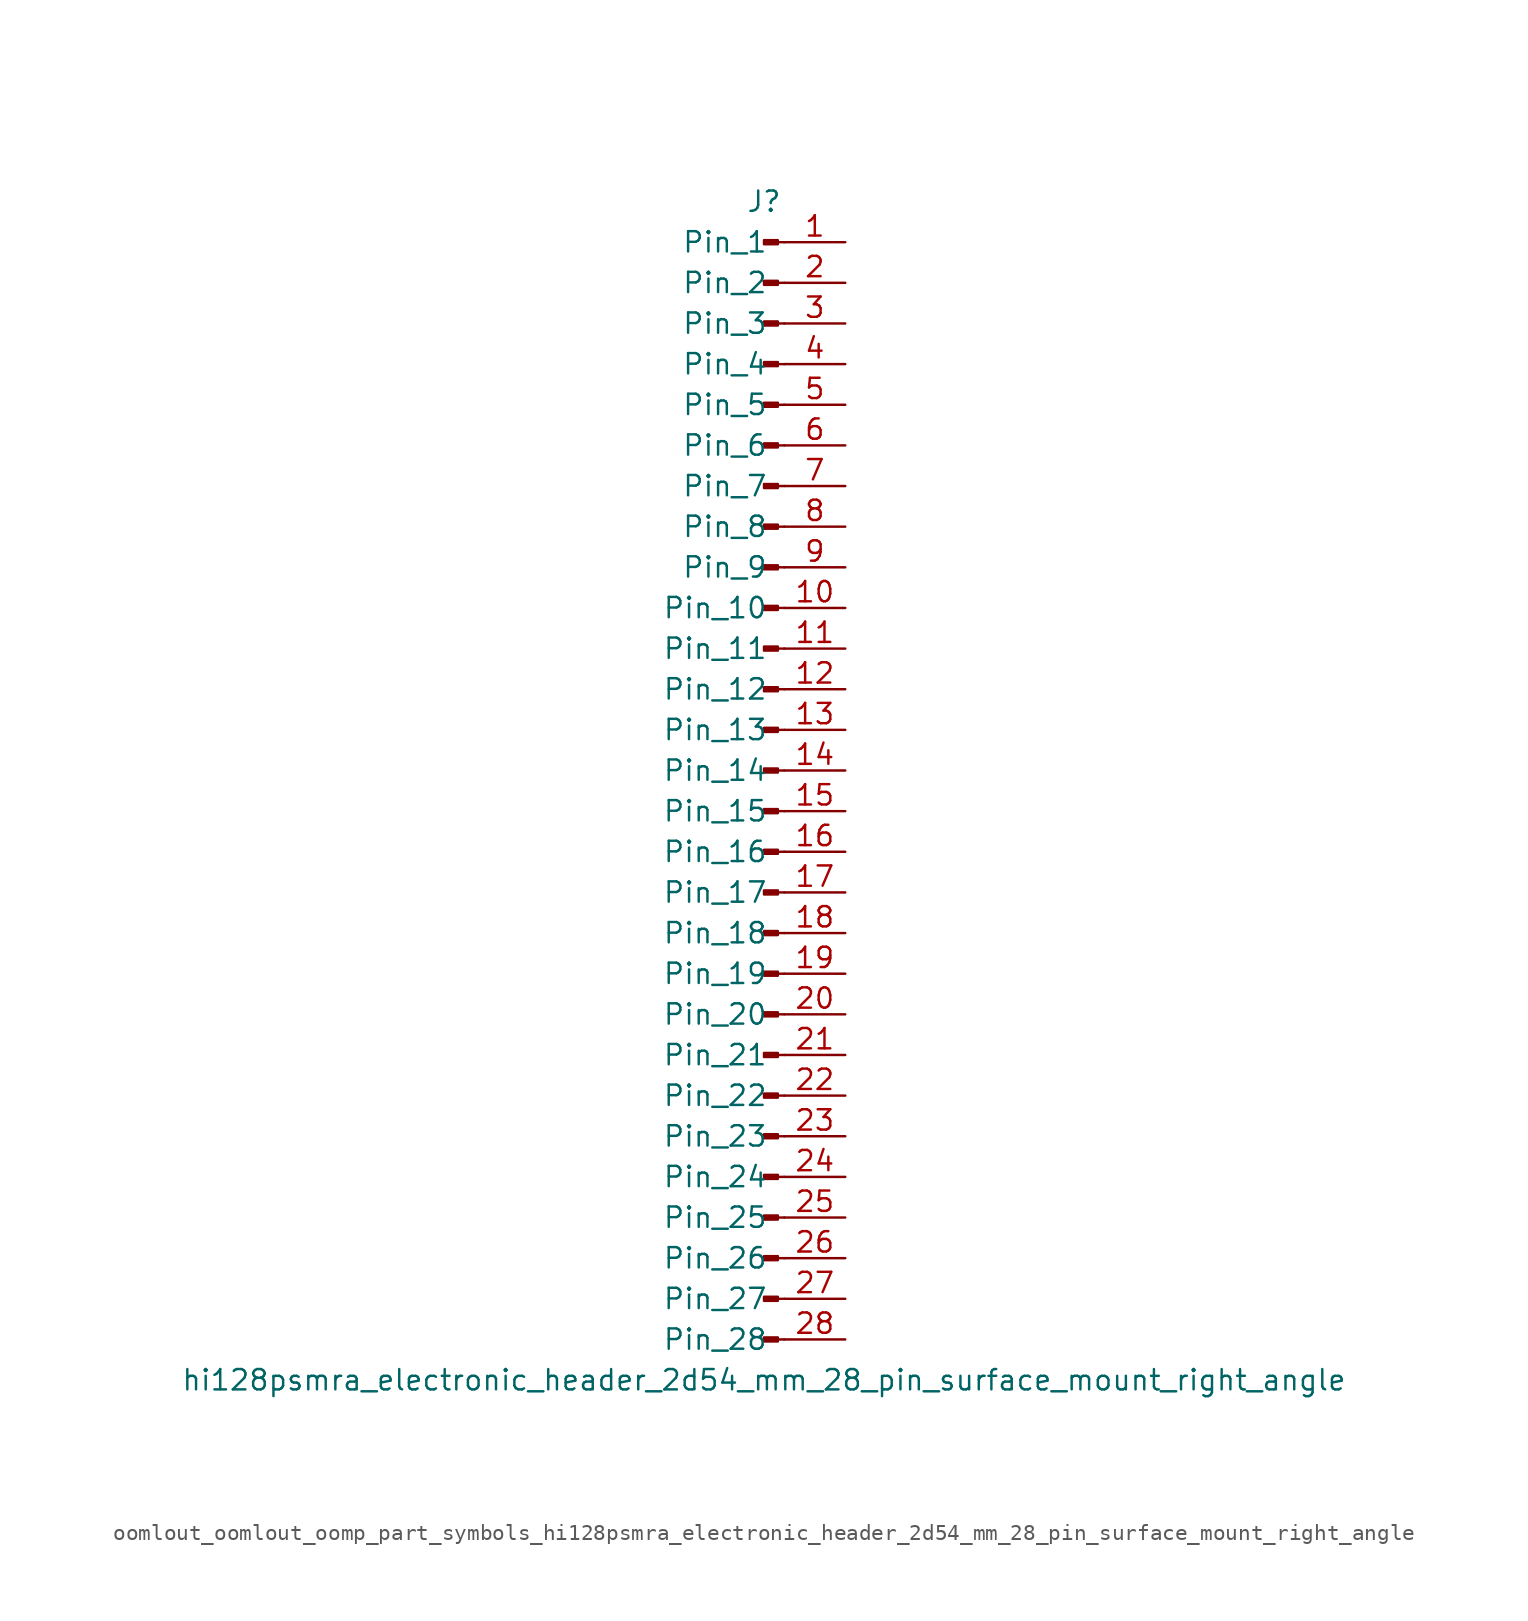
<source format=kicad_sym>
(kicad_symbol_lib
  (version 20220914)
  (generator kicad_symbol_editor)
  (symbol "oomlout_oomlout_oomp_part_symbols_hi128psmra_electronic_header_2d54_mm_28_pin_surface_mount_right_angle"
    (pin_names
      (offset 1.016))
    (property "Reference" "J"
      (at 0 35.56 0)
      (effects (font (size 1.27 1.27))))
    (property "Value" "hi128psmra_electronic_header_2d54_mm_28_pin_surface_mount_right_angle"
      (at 0 -38.1 0)
      (effects (font (size 1.27 1.27))))
    (property "ki_locked" ""
      (at 0 0 0)
      (effects (font (size 1.27 1.27))))
    (symbol "oomlout_oomlout_oomp_part_symbols_hi128psmra_electronic_header_2d54_mm_28_pin_surface_mount_right_angle_1_1"
      (polyline (pts (xy 1.27 -35.56) (xy 0.864 -35.56)) (stroke (width 0.152) (type default)) (fill (type none)))
      (polyline (pts (xy 1.27 -33.02) (xy 0.864 -33.02)) (stroke (width 0.152) (type default)) (fill (type none)))
      (polyline (pts (xy 1.27 -30.48) (xy 0.864 -30.48)) (stroke (width 0.152) (type default)) (fill (type none)))
      (polyline (pts (xy 1.27 -27.94) (xy 0.864 -27.94)) (stroke (width 0.152) (type default)) (fill (type none)))
      (polyline (pts (xy 1.27 -25.4) (xy 0.864 -25.4)) (stroke (width 0.152) (type default)) (fill (type none)))
      (polyline (pts (xy 1.27 -22.86) (xy 0.864 -22.86)) (stroke (width 0.152) (type default)) (fill (type none)))
      (polyline (pts (xy 1.27 -20.32) (xy 0.864 -20.32)) (stroke (width 0.152) (type default)) (fill (type none)))
      (polyline (pts (xy 1.27 -17.78) (xy 0.864 -17.78)) (stroke (width 0.152) (type default)) (fill (type none)))
      (polyline (pts (xy 1.27 -15.24) (xy 0.864 -15.24)) (stroke (width 0.152) (type default)) (fill (type none)))
      (polyline (pts (xy 1.27 -12.7) (xy 0.864 -12.7)) (stroke (width 0.152) (type default)) (fill (type none)))
      (polyline (pts (xy 1.27 -10.16) (xy 0.864 -10.16)) (stroke (width 0.152) (type default)) (fill (type none)))
      (polyline (pts (xy 1.27 -7.62) (xy 0.864 -7.62)) (stroke (width 0.152) (type default)) (fill (type none)))
      (polyline (pts (xy 1.27 -5.08) (xy 0.864 -5.08)) (stroke (width 0.152) (type default)) (fill (type none)))
      (polyline (pts (xy 1.27 -2.54) (xy 0.864 -2.54)) (stroke (width 0.152) (type default)) (fill (type none)))
      (polyline (pts (xy 1.27 0) (xy 0.864 0)) (stroke (width 0.152) (type default)) (fill (type none)))
      (polyline (pts (xy 1.27 2.54) (xy 0.864 2.54)) (stroke (width 0.152) (type default)) (fill (type none)))
      (polyline (pts (xy 1.27 5.08) (xy 0.864 5.08)) (stroke (width 0.152) (type default)) (fill (type none)))
      (polyline (pts (xy 1.27 7.62) (xy 0.864 7.62)) (stroke (width 0.152) (type default)) (fill (type none)))
      (polyline (pts (xy 1.27 10.16) (xy 0.864 10.16)) (stroke (width 0.152) (type default)) (fill (type none)))
      (polyline (pts (xy 1.27 12.7) (xy 0.864 12.7)) (stroke (width 0.152) (type default)) (fill (type none)))
      (polyline (pts (xy 1.27 15.24) (xy 0.864 15.24)) (stroke (width 0.152) (type default)) (fill (type none)))
      (polyline (pts (xy 1.27 17.78) (xy 0.864 17.78)) (stroke (width 0.152) (type default)) (fill (type none)))
      (polyline (pts (xy 1.27 20.32) (xy 0.864 20.32)) (stroke (width 0.152) (type default)) (fill (type none)))
      (polyline (pts (xy 1.27 22.86) (xy 0.864 22.86)) (stroke (width 0.152) (type default)) (fill (type none)))
      (polyline (pts (xy 1.27 25.4) (xy 0.864 25.4)) (stroke (width 0.152) (type default)) (fill (type none)))
      (polyline (pts (xy 1.27 27.94) (xy 0.864 27.94)) (stroke (width 0.152) (type default)) (fill (type none)))
      (polyline (pts (xy 1.27 30.48) (xy 0.864 30.48)) (stroke (width 0.152) (type default)) (fill (type none)))
      (polyline (pts (xy 1.27 33.02) (xy 0.864 33.02)) (stroke (width 0.152) (type default)) (fill (type none)))
      (rectangle (start 0.864 -35.433) (end 0 -35.687) (stroke (width 0.152) (type default)) (fill (type outline)))
      (rectangle (start 0.864 -32.893) (end 0 -33.147) (stroke (width 0.152) (type default)) (fill (type outline)))
      (rectangle (start 0.864 -30.353) (end 0 -30.607) (stroke (width 0.152) (type default)) (fill (type outline)))
      (rectangle (start 0.864 -27.813) (end 0 -28.067) (stroke (width 0.152) (type default)) (fill (type outline)))
      (rectangle (start 0.864 -25.273) (end 0 -25.527) (stroke (width 0.152) (type default)) (fill (type outline)))
      (rectangle (start 0.864 -22.733) (end 0 -22.987) (stroke (width 0.152) (type default)) (fill (type outline)))
      (rectangle (start 0.864 -20.193) (end 0 -20.447) (stroke (width 0.152) (type default)) (fill (type outline)))
      (rectangle (start 0.864 -17.653) (end 0 -17.907) (stroke (width 0.152) (type default)) (fill (type outline)))
      (rectangle (start 0.864 -15.113) (end 0 -15.367) (stroke (width 0.152) (type default)) (fill (type outline)))
      (rectangle (start 0.864 -12.573) (end 0 -12.827) (stroke (width 0.152) (type default)) (fill (type outline)))
      (rectangle (start 0.864 -10.033) (end 0 -10.287) (stroke (width 0.152) (type default)) (fill (type outline)))
      (rectangle (start 0.864 -7.493) (end 0 -7.747) (stroke (width 0.152) (type default)) (fill (type outline)))
      (rectangle (start 0.864 -4.953) (end 0 -5.207) (stroke (width 0.152) (type default)) (fill (type outline)))
      (rectangle (start 0.864 -2.413) (end 0 -2.667) (stroke (width 0.152) (type default)) (fill (type outline)))
      (rectangle (start 0.864 0.127) (end 0 -0.127) (stroke (width 0.152) (type default)) (fill (type outline)))
      (rectangle (start 0.864 2.667) (end 0 2.413) (stroke (width 0.152) (type default)) (fill (type outline)))
      (rectangle (start 0.864 5.207) (end 0 4.953) (stroke (width 0.152) (type default)) (fill (type outline)))
      (rectangle (start 0.864 7.747) (end 0 7.493) (stroke (width 0.152) (type default)) (fill (type outline)))
      (rectangle (start 0.864 10.287) (end 0 10.033) (stroke (width 0.152) (type default)) (fill (type outline)))
      (rectangle (start 0.864 12.827) (end 0 12.573) (stroke (width 0.152) (type default)) (fill (type outline)))
      (rectangle (start 0.864 15.367) (end 0 15.113) (stroke (width 0.152) (type default)) (fill (type outline)))
      (rectangle (start 0.864 17.907) (end 0 17.653) (stroke (width 0.152) (type default)) (fill (type outline)))
      (rectangle (start 0.864 20.447) (end 0 20.193) (stroke (width 0.152) (type default)) (fill (type outline)))
      (rectangle (start 0.864 22.987) (end 0 22.733) (stroke (width 0.152) (type default)) (fill (type outline)))
      (rectangle (start 0.864 25.527) (end 0 25.273) (stroke (width 0.152) (type default)) (fill (type outline)))
      (rectangle (start 0.864 28.067) (end 0 27.813) (stroke (width 0.152) (type default)) (fill (type outline)))
      (rectangle (start 0.864 30.607) (end 0 30.353) (stroke (width 0.152) (type default)) (fill (type outline)))
      (rectangle (start 0.864 33.147) (end 0 32.893) (stroke (width 0.152) (type default)) (fill (type outline)))
      (pin passive line (at 5.08 33.02 180) (length 3.81) (name "Pin_1" (effects (font (size 1.27 1.27)))) (number "1" (effects (font (size 1.27 1.27)))))
      (pin passive line (at 5.08 10.16 180) (length 3.81) (name "Pin_10" (effects (font (size 1.27 1.27)))) (number "10" (effects (font (size 1.27 1.27)))))
      (pin passive line (at 5.08 7.62 180) (length 3.81) (name "Pin_11" (effects (font (size 1.27 1.27)))) (number "11" (effects (font (size 1.27 1.27)))))
      (pin passive line (at 5.08 5.08 180) (length 3.81) (name "Pin_12" (effects (font (size 1.27 1.27)))) (number "12" (effects (font (size 1.27 1.27)))))
      (pin passive line (at 5.08 2.54 180) (length 3.81) (name "Pin_13" (effects (font (size 1.27 1.27)))) (number "13" (effects (font (size 1.27 1.27)))))
      (pin passive line (at 5.08 0 180) (length 3.81) (name "Pin_14" (effects (font (size 1.27 1.27)))) (number "14" (effects (font (size 1.27 1.27)))))
      (pin passive line (at 5.08 -2.54 180) (length 3.81) (name "Pin_15" (effects (font (size 1.27 1.27)))) (number "15" (effects (font (size 1.27 1.27)))))
      (pin passive line (at 5.08 -5.08 180) (length 3.81) (name "Pin_16" (effects (font (size 1.27 1.27)))) (number "16" (effects (font (size 1.27 1.27)))))
      (pin passive line (at 5.08 -7.62 180) (length 3.81) (name "Pin_17" (effects (font (size 1.27 1.27)))) (number "17" (effects (font (size 1.27 1.27)))))
      (pin passive line (at 5.08 -10.16 180) (length 3.81) (name "Pin_18" (effects (font (size 1.27 1.27)))) (number "18" (effects (font (size 1.27 1.27)))))
      (pin passive line (at 5.08 -12.7 180) (length 3.81) (name "Pin_19" (effects (font (size 1.27 1.27)))) (number "19" (effects (font (size 1.27 1.27)))))
      (pin passive line (at 5.08 30.48 180) (length 3.81) (name "Pin_2" (effects (font (size 1.27 1.27)))) (number "2" (effects (font (size 1.27 1.27)))))
      (pin passive line (at 5.08 -15.24 180) (length 3.81) (name "Pin_20" (effects (font (size 1.27 1.27)))) (number "20" (effects (font (size 1.27 1.27)))))
      (pin passive line (at 5.08 -17.78 180) (length 3.81) (name "Pin_21" (effects (font (size 1.27 1.27)))) (number "21" (effects (font (size 1.27 1.27)))))
      (pin passive line (at 5.08 -20.32 180) (length 3.81) (name "Pin_22" (effects (font (size 1.27 1.27)))) (number "22" (effects (font (size 1.27 1.27)))))
      (pin passive line (at 5.08 -22.86 180) (length 3.81) (name "Pin_23" (effects (font (size 1.27 1.27)))) (number "23" (effects (font (size 1.27 1.27)))))
      (pin passive line (at 5.08 -25.4 180) (length 3.81) (name "Pin_24" (effects (font (size 1.27 1.27)))) (number "24" (effects (font (size 1.27 1.27)))))
      (pin passive line (at 5.08 -27.94 180) (length 3.81) (name "Pin_25" (effects (font (size 1.27 1.27)))) (number "25" (effects (font (size 1.27 1.27)))))
      (pin passive line (at 5.08 -30.48 180) (length 3.81) (name "Pin_26" (effects (font (size 1.27 1.27)))) (number "26" (effects (font (size 1.27 1.27)))))
      (pin passive line (at 5.08 -33.02 180) (length 3.81) (name "Pin_27" (effects (font (size 1.27 1.27)))) (number "27" (effects (font (size 1.27 1.27)))))
      (pin passive line (at 5.08 -35.56 180) (length 3.81) (name "Pin_28" (effects (font (size 1.27 1.27)))) (number "28" (effects (font (size 1.27 1.27)))))
      (pin passive line (at 5.08 27.94 180) (length 3.81) (name "Pin_3" (effects (font (size 1.27 1.27)))) (number "3" (effects (font (size 1.27 1.27)))))
      (pin passive line (at 5.08 25.4 180) (length 3.81) (name "Pin_4" (effects (font (size 1.27 1.27)))) (number "4" (effects (font (size 1.27 1.27)))))
      (pin passive line (at 5.08 22.86 180) (length 3.81) (name "Pin_5" (effects (font (size 1.27 1.27)))) (number "5" (effects (font (size 1.27 1.27)))))
      (pin passive line (at 5.08 20.32 180) (length 3.81) (name "Pin_6" (effects (font (size 1.27 1.27)))) (number "6" (effects (font (size 1.27 1.27)))))
      (pin passive line (at 5.08 17.78 180) (length 3.81) (name "Pin_7" (effects (font (size 1.27 1.27)))) (number "7" (effects (font (size 1.27 1.27)))))
      (pin passive line (at 5.08 15.24 180) (length 3.81) (name "Pin_8" (effects (font (size 1.27 1.27)))) (number "8" (effects (font (size 1.27 1.27)))))
      (pin passive line (at 5.08 12.7 180) (length 3.81) (name "Pin_9" (effects (font (size 1.27 1.27)))) (number "9" (effects (font (size 1.27 1.27))))))))
</source>
